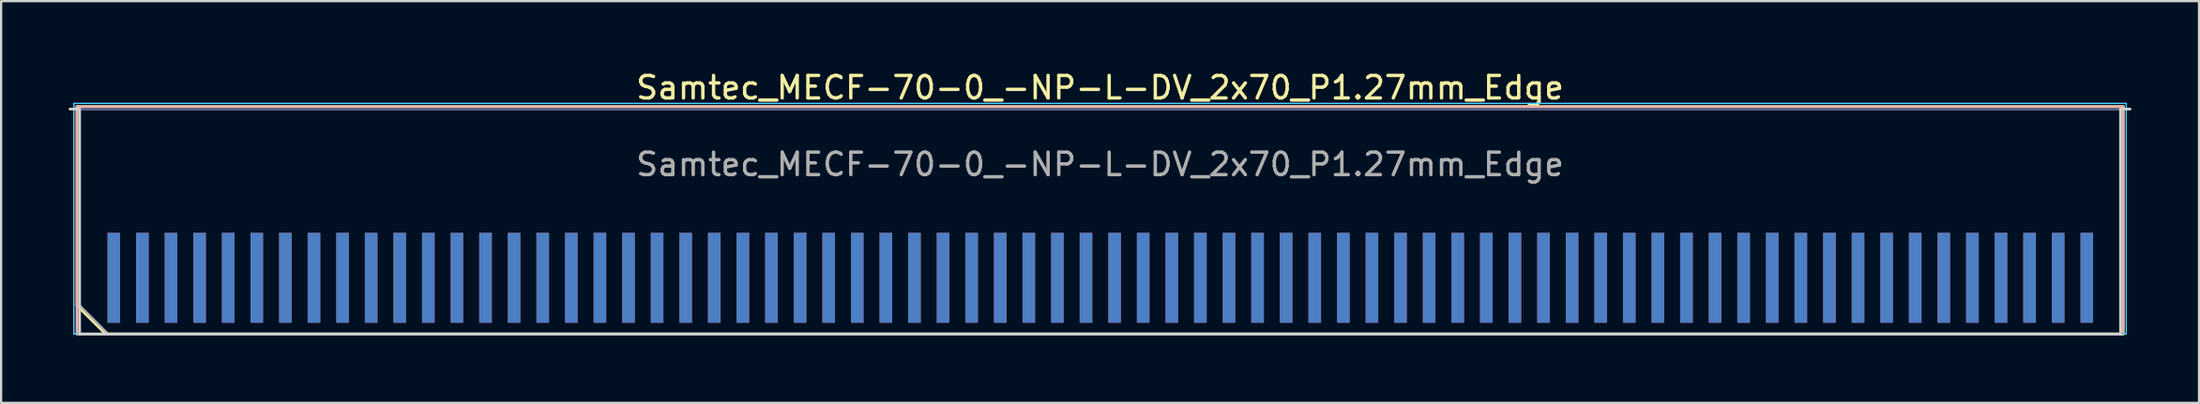
<source format=kicad_pcb>
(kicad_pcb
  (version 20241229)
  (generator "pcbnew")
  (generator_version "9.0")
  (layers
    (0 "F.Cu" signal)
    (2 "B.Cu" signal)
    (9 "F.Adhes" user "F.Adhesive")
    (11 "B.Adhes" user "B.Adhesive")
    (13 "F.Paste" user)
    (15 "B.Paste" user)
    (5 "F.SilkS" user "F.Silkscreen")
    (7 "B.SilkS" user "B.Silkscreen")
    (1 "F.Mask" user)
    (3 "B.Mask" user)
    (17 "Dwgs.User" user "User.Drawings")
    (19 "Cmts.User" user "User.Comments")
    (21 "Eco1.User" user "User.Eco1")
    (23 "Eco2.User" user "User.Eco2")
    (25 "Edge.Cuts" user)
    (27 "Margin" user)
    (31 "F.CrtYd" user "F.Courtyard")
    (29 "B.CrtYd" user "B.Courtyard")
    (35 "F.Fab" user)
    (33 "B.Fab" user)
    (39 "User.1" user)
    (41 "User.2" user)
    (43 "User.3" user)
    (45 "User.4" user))
  (footprint "Samtec_MECF-70-0_-NP-L-DV_2x70_P1.27mm_Edge"
    (layer "F.Cu")
    (at 45.81 6.798)
    (property "Reference" "Samtec_MECF-70-0_-NP-L-DV_2x70_P1.27mm_Edge" (at 0 -5.95 0) (layer "F.SilkS") (effects (font (size 1 1) (thickness 0.15))))
    (attr exclude_from_pos_files exclude_from_bom)
    (fp_line (start -45.44 -5.11) (end 45.44 -5.11) (stroke (width 0.12) (type solid)) (layer "F.SilkS"))
    (fp_line (start -45.44 3.73) (end -45.44 -5.11) (stroke (width 0.12) (type solid)) (layer "F.SilkS"))
    (fp_line (start -44.17 5) (end -45.44 3.73) (stroke (width 0.12) (type solid)) (layer "F.SilkS"))
    (fp_line (start -44.17 5) (end 45.44 5) (stroke (width 0.12) (type solid)) (layer "F.SilkS"))
    (fp_line (start 45.44 5) (end 45.44 -5.11) (stroke (width 0.12) (type solid)) (layer "F.SilkS"))
    (fp_line (start -45.44 -5.11) (end 45.44 -5.11) (stroke (width 0.12) (type solid)) (layer "B.SilkS"))
    (fp_line (start -45.44 5) (end -45.44 -5.11) (stroke (width 0.12) (type solid)) (layer "B.SilkS"))
    (fp_line (start -45.44 5) (end 45.44 5) (stroke (width 0.12) (type solid)) (layer "B.SilkS"))
    (fp_line (start 45.44 5) (end 45.44 -5.11) (stroke (width 0.12) (type solid)) (layer "B.SilkS"))
    (fp_line (start -45.75 -5) (end -45.325 -5) (stroke (width 0.12) (type solid)) (layer "Edge.Cuts"))
    (fp_line (start -45.325 5) (end -45.325 -5) (stroke (width 0.12) (type solid)) (layer "Edge.Cuts"))
    (fp_line (start -45.325 5) (end 45.325 5) (stroke (width 0.12) (type solid)) (layer "Edge.Cuts"))
    (fp_line (start 45.325 5) (end 45.325 -5) (stroke (width 0.12) (type solid)) (layer "Edge.Cuts"))
    (fp_line (start 45.75 -5) (end 45.325 -5) (stroke (width 0.12) (type solid)) (layer "Edge.Cuts"))
    (fp_line (start -45.58 -5.25) (end -45.58 5) (stroke (width 0.05) (type solid)) (layer "B.CrtYd"))
    (fp_line (start -45.58 5) (end 45.58 5) (stroke (width 0.05) (type solid)) (layer "B.CrtYd"))
    (fp_line (start 45.58 -5.25) (end -45.58 -5.25) (stroke (width 0.05) (type solid)) (layer "B.CrtYd"))
    (fp_line (start 45.58 5) (end 45.58 -5.25) (stroke (width 0.05) (type solid)) (layer "B.CrtYd"))
    (fp_line (start -45.58 -5.25) (end -45.58 5) (stroke (width 0.05) (type solid)) (layer "F.CrtYd"))
    (fp_line (start -45.58 5) (end 45.58 5) (stroke (width 0.05) (type solid)) (layer "F.CrtYd"))
    (fp_line (start 45.58 -5.25) (end -45.58 -5.25) (stroke (width 0.05) (type solid)) (layer "F.CrtYd"))
    (fp_line (start 45.58 5) (end 45.58 -5.25) (stroke (width 0.05) (type solid)) (layer "F.CrtYd"))
    (fp_line (start -45.325 -5) (end 45.325 -5) (stroke (width 0.1) (type solid)) (layer "B.Fab"))
    (fp_line (start -45.325 5) (end -45.325 -5) (stroke (width 0.1) (type solid)) (layer "B.Fab"))
    (fp_line (start -45.325 5) (end 45.325 5) (stroke (width 0.1) (type solid)) (layer "B.Fab"))
    (fp_line (start 45.325 5) (end 45.325 -5) (stroke (width 0.1) (type solid)) (layer "B.Fab"))
    (fp_line (start -45.325 -5) (end 45.325 -5) (stroke (width 0.1) (type solid)) (layer "F.Fab"))
    (fp_line (start -45.325 3.73) (end -45.325 -5) (stroke (width 0.1) (type solid)) (layer "F.Fab"))
    (fp_line (start -45.325 3.73) (end -44.055 5) (stroke (width 0.1) (type solid)) (layer "F.Fab"))
    (fp_line (start -44.055 5) (end 45.325 5) (stroke (width 0.1) (type solid)) (layer "F.Fab"))
    (fp_line (start 45.325 5) (end 45.325 -5) (stroke (width 0.1) (type solid)) (layer "F.Fab"))
    (fp_text user "${REFERENCE}" (at 0 -2.54 0) (layer "F.Fab") (effects (font (size 1 1) (thickness 0.15))))
    (pad "1" connect rect (at -43.805 2.5) (size 0.56 4) (layers "F.Cu" "F.Mask"))
    (pad "2" connect rect (at -43.805 2.5) (size 0.56 4) (layers "B.Cu" "B.Mask"))
    (pad "3" connect rect (at -42.535 2.5) (size 0.56 4) (layers "F.Cu" "F.Mask"))
    (pad "4" connect rect (at -42.535 2.5) (size 0.56 4) (layers "B.Cu" "B.Mask"))
    (pad "5" connect rect (at -41.265 2.5) (size 0.56 4) (layers "F.Cu" "F.Mask"))
    (pad "6" connect rect (at -41.265 2.5) (size 0.56 4) (layers "B.Cu" "B.Mask"))
    (pad "7" connect rect (at -39.995 2.5) (size 0.56 4) (layers "F.Cu" "F.Mask"))
    (pad "8" connect rect (at -39.995 2.5) (size 0.56 4) (layers "B.Cu" "B.Mask"))
    (pad "9" connect rect (at -38.725 2.5) (size 0.56 4) (layers "F.Cu" "F.Mask"))
    (pad "10" connect rect (at -38.725 2.5) (size 0.56 4) (layers "B.Cu" "B.Mask"))
    (pad "11" connect rect (at -37.455 2.5) (size 0.56 4) (layers "F.Cu" "F.Mask"))
    (pad "12" connect rect (at -37.455 2.5) (size 0.56 4) (layers "B.Cu" "B.Mask"))
    (pad "13" connect rect (at -36.185 2.5) (size 0.56 4) (layers "F.Cu" "F.Mask"))
    (pad "14" connect rect (at -36.185 2.5) (size 0.56 4) (layers "B.Cu" "B.Mask"))
    (pad "15" connect rect (at -34.915 2.5) (size 0.56 4) (layers "F.Cu" "F.Mask"))
    (pad "16" connect rect (at -34.915 2.5) (size 0.56 4) (layers "B.Cu" "B.Mask"))
    (pad "17" connect rect (at -33.645 2.5) (size 0.56 4) (layers "F.Cu" "F.Mask"))
    (pad "18" connect rect (at -33.645 2.5) (size 0.56 4) (layers "B.Cu" "B.Mask"))
    (pad "19" connect rect (at -32.375 2.5) (size 0.56 4) (layers "F.Cu" "F.Mask"))
    (pad "20" connect rect (at -32.375 2.5) (size 0.56 4) (layers "B.Cu" "B.Mask"))
    (pad "21" connect rect (at -31.105 2.5) (size 0.56 4) (layers "F.Cu" "F.Mask"))
    (pad "22" connect rect (at -31.105 2.5) (size 0.56 4) (layers "B.Cu" "B.Mask"))
    (pad "23" connect rect (at -29.835 2.5) (size 0.56 4) (layers "F.Cu" "F.Mask"))
    (pad "24" connect rect (at -29.835 2.5) (size 0.56 4) (layers "B.Cu" "B.Mask"))
    (pad "25" connect rect (at -28.565 2.5) (size 0.56 4) (layers "F.Cu" "F.Mask"))
    (pad "26" connect rect (at -28.565 2.5) (size 0.56 4) (layers "B.Cu" "B.Mask"))
    (pad "27" connect rect (at -27.295 2.5) (size 0.56 4) (layers "F.Cu" "F.Mask"))
    (pad "28" connect rect (at -27.295 2.5) (size 0.56 4) (layers "B.Cu" "B.Mask"))
    (pad "29" connect rect (at -26.025 2.5) (size 0.56 4) (layers "F.Cu" "F.Mask"))
    (pad "30" connect rect (at -26.025 2.5) (size 0.56 4) (layers "B.Cu" "B.Mask"))
    (pad "31" connect rect (at -24.755 2.5) (size 0.56 4) (layers "F.Cu" "F.Mask"))
    (pad "32" connect rect (at -24.755 2.5) (size 0.56 4) (layers "B.Cu" "B.Mask"))
    (pad "33" connect rect (at -23.485 2.5) (size 0.56 4) (layers "F.Cu" "F.Mask"))
    (pad "34" connect rect (at -23.485 2.5) (size 0.56 4) (layers "B.Cu" "B.Mask"))
    (pad "35" connect rect (at -22.215 2.5) (size 0.56 4) (layers "F.Cu" "F.Mask"))
    (pad "36" connect rect (at -22.215 2.5) (size 0.56 4) (layers "B.Cu" "B.Mask"))
    (pad "37" connect rect (at -20.945 2.5) (size 0.56 4) (layers "F.Cu" "F.Mask"))
    (pad "38" connect rect (at -20.945 2.5) (size 0.56 4) (layers "B.Cu" "B.Mask"))
    (pad "39" connect rect (at -19.675 2.5) (size 0.56 4) (layers "F.Cu" "F.Mask"))
    (pad "40" connect rect (at -19.675 2.5) (size 0.56 4) (layers "B.Cu" "B.Mask"))
    (pad "41" connect rect (at -18.405 2.5) (size 0.56 4) (layers "F.Cu" "F.Mask"))
    (pad "42" connect rect (at -18.405 2.5) (size 0.56 4) (layers "B.Cu" "B.Mask"))
    (pad "43" connect rect (at -17.135 2.5) (size 0.56 4) (layers "F.Cu" "F.Mask"))
    (pad "44" connect rect (at -17.135 2.5) (size 0.56 4) (layers "B.Cu" "B.Mask"))
    (pad "45" connect rect (at -15.865 2.5) (size 0.56 4) (layers "F.Cu" "F.Mask"))
    (pad "46" connect rect (at -15.865 2.5) (size 0.56 4) (layers "B.Cu" "B.Mask"))
    (pad "47" connect rect (at -14.595 2.5) (size 0.56 4) (layers "F.Cu" "F.Mask"))
    (pad "48" connect rect (at -14.595 2.5) (size 0.56 4) (layers "B.Cu" "B.Mask"))
    (pad "49" connect rect (at -13.325 2.5) (size 0.56 4) (layers "F.Cu" "F.Mask"))
    (pad "50" connect rect (at -13.325 2.5) (size 0.56 4) (layers "B.Cu" "B.Mask"))
    (pad "51" connect rect (at -12.055 2.5) (size 0.56 4) (layers "F.Cu" "F.Mask"))
    (pad "52" connect rect (at -12.055 2.5) (size 0.56 4) (layers "B.Cu" "B.Mask"))
    (pad "53" connect rect (at -10.785 2.5) (size 0.56 4) (layers "F.Cu" "F.Mask"))
    (pad "54" connect rect (at -10.785 2.5) (size 0.56 4) (layers "B.Cu" "B.Mask"))
    (pad "55" connect rect (at -9.515 2.5) (size 0.56 4) (layers "F.Cu" "F.Mask"))
    (pad "56" connect rect (at -9.515 2.5) (size 0.56 4) (layers "B.Cu" "B.Mask"))
    (pad "57" connect rect (at -8.245 2.5) (size 0.56 4) (layers "F.Cu" "F.Mask"))
    (pad "58" connect rect (at -8.245 2.5) (size 0.56 4) (layers "B.Cu" "B.Mask"))
    (pad "59" connect rect (at -6.975 2.5) (size 0.56 4) (layers "F.Cu" "F.Mask"))
    (pad "60" connect rect (at -6.975 2.5) (size 0.56 4) (layers "B.Cu" "B.Mask"))
    (pad "61" connect rect (at -5.705 2.5) (size 0.56 4) (layers "F.Cu" "F.Mask"))
    (pad "62" connect rect (at -5.705 2.5) (size 0.56 4) (layers "B.Cu" "B.Mask"))
    (pad "63" connect rect (at -4.435 2.5) (size 0.56 4) (layers "F.Cu" "F.Mask"))
    (pad "64" connect rect (at -4.435 2.5) (size 0.56 4) (layers "B.Cu" "B.Mask"))
    (pad "65" connect rect (at -3.165 2.5) (size 0.56 4) (layers "F.Cu" "F.Mask"))
    (pad "66" connect rect (at -3.165 2.5) (size 0.56 4) (layers "B.Cu" "B.Mask"))
    (pad "67" connect rect (at -1.895 2.5) (size 0.56 4) (layers "F.Cu" "F.Mask"))
    (pad "68" connect rect (at -1.895 2.5) (size 0.56 4) (layers "B.Cu" "B.Mask"))
    (pad "69" connect rect (at -0.625 2.5) (size 0.56 4) (layers "F.Cu" "F.Mask"))
    (pad "70" connect rect (at -0.625 2.5) (size 0.56 4) (layers "B.Cu" "B.Mask"))
    (pad "71" connect rect (at 0.645 2.5) (size 0.56 4) (layers "F.Cu" "F.Mask"))
    (pad "72" connect rect (at 0.645 2.5) (size 0.56 4) (layers "B.Cu" "B.Mask"))
    (pad "73" connect rect (at 1.915 2.5) (size 0.56 4) (layers "F.Cu" "F.Mask"))
    (pad "74" connect rect (at 1.915 2.5) (size 0.56 4) (layers "B.Cu" "B.Mask"))
    (pad "75" connect rect (at 3.185 2.5) (size 0.56 4) (layers "F.Cu" "F.Mask"))
    (pad "76" connect rect (at 3.185 2.5) (size 0.56 4) (layers "B.Cu" "B.Mask"))
    (pad "77" connect rect (at 4.455 2.5) (size 0.56 4) (layers "F.Cu" "F.Mask"))
    (pad "78" connect rect (at 4.455 2.5) (size 0.56 4) (layers "B.Cu" "B.Mask"))
    (pad "79" connect rect (at 5.725 2.5) (size 0.56 4) (layers "F.Cu" "F.Mask"))
    (pad "80" connect rect (at 5.725 2.5) (size 0.56 4) (layers "B.Cu" "B.Mask"))
    (pad "81" connect rect (at 6.995 2.5) (size 0.56 4) (layers "F.Cu" "F.Mask"))
    (pad "82" connect rect (at 6.995 2.5) (size 0.56 4) (layers "B.Cu" "B.Mask"))
    (pad "83" connect rect (at 8.265 2.5) (size 0.56 4) (layers "F.Cu" "F.Mask"))
    (pad "84" connect rect (at 8.265 2.5) (size 0.56 4) (layers "B.Cu" "B.Mask"))
    (pad "85" connect rect (at 9.535 2.5) (size 0.56 4) (layers "F.Cu" "F.Mask"))
    (pad "86" connect rect (at 9.535 2.5) (size 0.56 4) (layers "B.Cu" "B.Mask"))
    (pad "87" connect rect (at 10.805 2.5) (size 0.56 4) (layers "F.Cu" "F.Mask"))
    (pad "88" connect rect (at 10.805 2.5) (size 0.56 4) (layers "B.Cu" "B.Mask"))
    (pad "89" connect rect (at 12.075 2.5) (size 0.56 4) (layers "F.Cu" "F.Mask"))
    (pad "90" connect rect (at 12.075 2.5) (size 0.56 4) (layers "B.Cu" "B.Mask"))
    (pad "91" connect rect (at 13.345 2.5) (size 0.56 4) (layers "F.Cu" "F.Mask"))
    (pad "92" connect rect (at 13.345 2.5) (size 0.56 4) (layers "B.Cu" "B.Mask"))
    (pad "93" connect rect (at 14.615 2.5) (size 0.56 4) (layers "F.Cu" "F.Mask"))
    (pad "94" connect rect (at 14.615 2.5) (size 0.56 4) (layers "B.Cu" "B.Mask"))
    (pad "95" connect rect (at 15.885 2.5) (size 0.56 4) (layers "F.Cu" "F.Mask"))
    (pad "96" connect rect (at 15.885 2.5) (size 0.56 4) (layers "B.Cu" "B.Mask"))
    (pad "97" connect rect (at 17.155 2.5) (size 0.56 4) (layers "F.Cu" "F.Mask"))
    (pad "98" connect rect (at 17.155 2.5) (size 0.56 4) (layers "B.Cu" "B.Mask"))
    (pad "99" connect rect (at 18.425 2.5) (size 0.56 4) (layers "F.Cu" "F.Mask"))
    (pad "100" connect rect (at 18.425 2.5) (size 0.56 4) (layers "B.Cu" "B.Mask"))
    (pad "101" connect rect (at 19.695 2.5) (size 0.56 4) (layers "F.Cu" "F.Mask"))
    (pad "102" connect rect (at 19.695 2.5) (size 0.56 4) (layers "B.Cu" "B.Mask"))
    (pad "103" connect rect (at 20.965 2.5) (size 0.56 4) (layers "F.Cu" "F.Mask"))
    (pad "104" connect rect (at 20.965 2.5) (size 0.56 4) (layers "B.Cu" "B.Mask"))
    (pad "105" connect rect (at 22.235 2.5) (size 0.56 4) (layers "F.Cu" "F.Mask"))
    (pad "106" connect rect (at 22.235 2.5) (size 0.56 4) (layers "B.Cu" "B.Mask"))
    (pad "107" connect rect (at 23.505 2.5) (size 0.56 4) (layers "F.Cu" "F.Mask"))
    (pad "108" connect rect (at 23.505 2.5) (size 0.56 4) (layers "B.Cu" "B.Mask"))
    (pad "109" connect rect (at 24.775 2.5) (size 0.56 4) (layers "F.Cu" "F.Mask"))
    (pad "110" connect rect (at 24.775 2.5) (size 0.56 4) (layers "B.Cu" "B.Mask"))
    (pad "111" connect rect (at 26.045 2.5) (size 0.56 4) (layers "F.Cu" "F.Mask"))
    (pad "112" connect rect (at 26.045 2.5) (size 0.56 4) (layers "B.Cu" "B.Mask"))
    (pad "113" connect rect (at 27.315 2.5) (size 0.56 4) (layers "F.Cu" "F.Mask"))
    (pad "114" connect rect (at 27.315 2.5) (size 0.56 4) (layers "B.Cu" "B.Mask"))
    (pad "115" connect rect (at 28.585 2.5) (size 0.56 4) (layers "F.Cu" "F.Mask"))
    (pad "116" connect rect (at 28.585 2.5) (size 0.56 4) (layers "B.Cu" "B.Mask"))
    (pad "117" connect rect (at 29.855 2.5) (size 0.56 4) (layers "F.Cu" "F.Mask"))
    (pad "118" connect rect (at 29.855 2.5) (size 0.56 4) (layers "B.Cu" "B.Mask"))
    (pad "119" connect rect (at 31.125 2.5) (size 0.56 4) (layers "F.Cu" "F.Mask"))
    (pad "120" connect rect (at 31.125 2.5) (size 0.56 4) (layers "B.Cu" "B.Mask"))
    (pad "121" connect rect (at 32.395 2.5) (size 0.56 4) (layers "F.Cu" "F.Mask"))
    (pad "122" connect rect (at 32.395 2.5) (size 0.56 4) (layers "B.Cu" "B.Mask"))
    (pad "123" connect rect (at 33.665 2.5) (size 0.56 4) (layers "F.Cu" "F.Mask"))
    (pad "124" connect rect (at 33.665 2.5) (size 0.56 4) (layers "B.Cu" "B.Mask"))
    (pad "125" connect rect (at 34.935 2.5) (size 0.56 4) (layers "F.Cu" "F.Mask"))
    (pad "126" connect rect (at 34.935 2.5) (size 0.56 4) (layers "B.Cu" "B.Mask"))
    (pad "127" connect rect (at 36.205 2.5) (size 0.56 4) (layers "F.Cu" "F.Mask"))
    (pad "128" connect rect (at 36.205 2.5) (size 0.56 4) (layers "B.Cu" "B.Mask"))
    (pad "129" connect rect (at 37.475 2.5) (size 0.56 4) (layers "F.Cu" "F.Mask"))
    (pad "130" connect rect (at 37.475 2.5) (size 0.56 4) (layers "B.Cu" "B.Mask"))
    (pad "131" connect rect (at 38.745 2.5) (size 0.56 4) (layers "F.Cu" "F.Mask"))
    (pad "132" connect rect (at 38.745 2.5) (size 0.56 4) (layers "B.Cu" "B.Mask"))
    (pad "133" connect rect (at 40.015 2.5) (size 0.56 4) (layers "F.Cu" "F.Mask"))
    (pad "134" connect rect (at 40.015 2.5) (size 0.56 4) (layers "B.Cu" "B.Mask"))
    (pad "135" connect rect (at 41.285 2.5) (size 0.56 4) (layers "F.Cu" "F.Mask"))
    (pad "136" connect rect (at 41.285 2.5) (size 0.56 4) (layers "B.Cu" "B.Mask"))
    (pad "137" connect rect (at 42.555 2.5) (size 0.56 4) (layers "F.Cu" "F.Mask"))
    (pad "138" connect rect (at 42.555 2.5) (size 0.56 4) (layers "B.Cu" "B.Mask"))
    (pad "139" connect rect (at 43.825 2.5) (size 0.56 4) (layers "F.Cu" "F.Mask"))
    (pad "140" connect rect (at 43.825 2.5) (size 0.56 4) (layers "B.Cu" "B.Mask")))
  (gr_rect
    (start -3 -3)
    (end 94.62 14.858)
    (stroke (width 0.1) (type default))
    (fill no)
    (layer "Edge.Cuts")))
</source>
